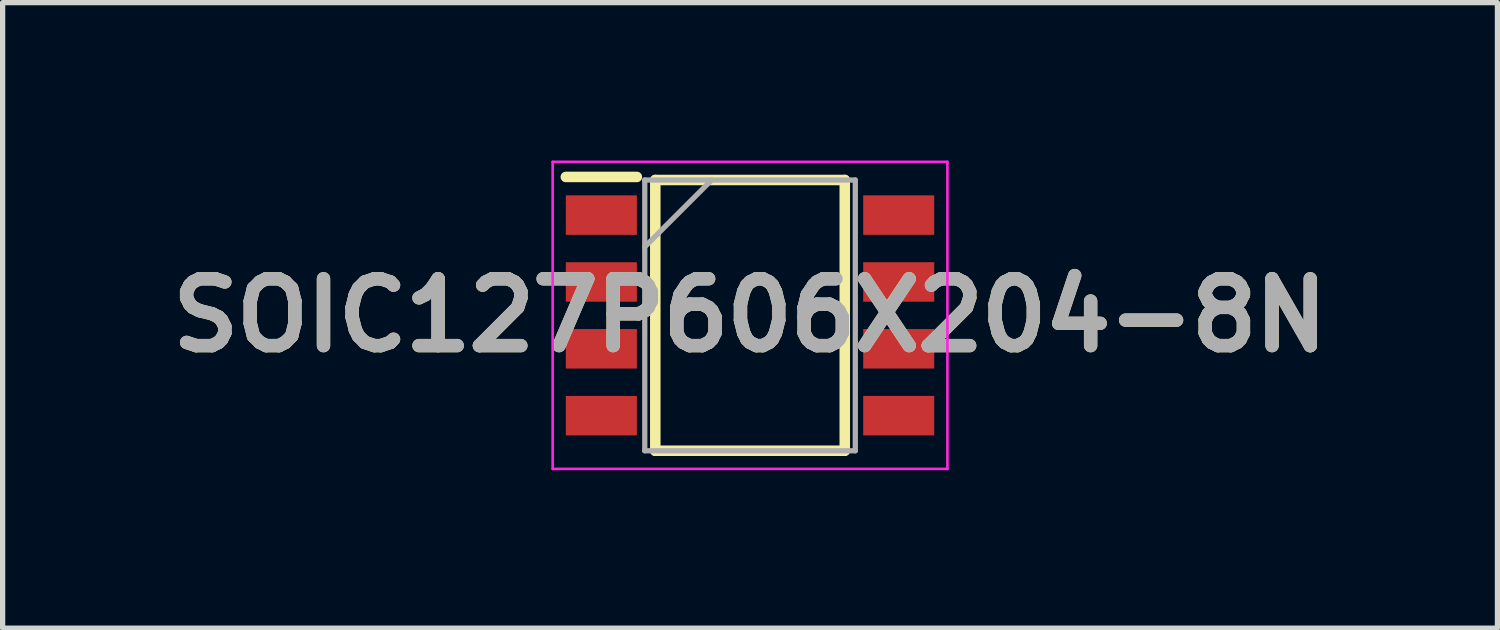
<source format=kicad_pcb>
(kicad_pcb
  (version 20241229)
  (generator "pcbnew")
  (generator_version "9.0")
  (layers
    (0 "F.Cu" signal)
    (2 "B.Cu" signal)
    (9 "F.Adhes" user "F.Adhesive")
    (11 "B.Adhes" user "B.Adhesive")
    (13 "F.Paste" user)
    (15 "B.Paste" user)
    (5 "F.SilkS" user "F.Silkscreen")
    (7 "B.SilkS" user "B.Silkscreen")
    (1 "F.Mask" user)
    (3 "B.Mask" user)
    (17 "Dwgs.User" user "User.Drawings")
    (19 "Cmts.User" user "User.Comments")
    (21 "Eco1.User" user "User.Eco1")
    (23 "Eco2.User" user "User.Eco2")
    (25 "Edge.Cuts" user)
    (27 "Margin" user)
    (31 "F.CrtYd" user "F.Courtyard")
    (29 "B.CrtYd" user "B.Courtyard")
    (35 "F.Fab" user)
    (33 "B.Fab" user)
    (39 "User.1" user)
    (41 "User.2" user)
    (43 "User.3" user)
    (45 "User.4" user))
  (footprint "SOIC127P606X204-8N"
    (layer "F.Cu")
    (at 11.2 2.942)
    (property "Reference" "SOIC127P606X204-8N" (at 0 0 0) (layer "F.SilkS") (effects (font (size 1.27 1.27) (thickness 0.254))))
    (attr smd)
    (fp_line (start -3.5 -2.63) (end -2.15 -2.63) (stroke (width 0.2) (type solid)) (layer "F.SilkS"))
    (fp_line (start -1.8 -2.572) (end 1.8 -2.572) (stroke (width 0.2) (type solid)) (layer "F.SilkS"))
    (fp_line (start -1.8 2.572) (end -1.8 -2.572) (stroke (width 0.2) (type solid)) (layer "F.SilkS"))
    (fp_line (start 1.8 -2.572) (end 1.8 2.572) (stroke (width 0.2) (type solid)) (layer "F.SilkS"))
    (fp_line (start 1.8 2.572) (end -1.8 2.572) (stroke (width 0.2) (type solid)) (layer "F.SilkS"))
    (fp_line (start -3.75 -2.917) (end 3.75 -2.917) (stroke (width 0.05) (type solid)) (layer "F.CrtYd"))
    (fp_line (start -3.75 2.917) (end -3.75 -2.917) (stroke (width 0.05) (type solid)) (layer "F.CrtYd"))
    (fp_line (start 3.75 -2.917) (end 3.75 2.917) (stroke (width 0.05) (type solid)) (layer "F.CrtYd"))
    (fp_line (start 3.75 2.917) (end -3.75 2.917) (stroke (width 0.05) (type solid)) (layer "F.CrtYd"))
    (fp_line (start -2 -2.572) (end 2 -2.572) (stroke (width 0.1) (type solid)) (layer "F.Fab"))
    (fp_line (start -2 -1.302) (end -0.73 -2.572) (stroke (width 0.1) (type solid)) (layer "F.Fab"))
    (fp_line (start -2 2.572) (end -2 -2.572) (stroke (width 0.1) (type solid)) (layer "F.Fab"))
    (fp_line (start 2 -2.572) (end 2 2.572) (stroke (width 0.1) (type solid)) (layer "F.Fab"))
    (fp_line (start 2 2.572) (end -2 2.572) (stroke (width 0.1) (type solid)) (layer "F.Fab"))
    (fp_text user "${REFERENCE}" (at 0 0 0) (layer "F.Fab") (effects (font (size 1.27 1.27) (thickness 0.254))))
    (pad "1" smd rect (at -2.825 -1.905 90) (size 0.75 1.35) (layers "F.Cu" "F.Mask" "F.Paste"))
    (pad "2" smd rect (at -2.825 -0.635 90) (size 0.75 1.35) (layers "F.Cu" "F.Mask" "F.Paste"))
    (pad "3" smd rect (at -2.825 0.635 90) (size 0.75 1.35) (layers "F.Cu" "F.Mask" "F.Paste"))
    (pad "4" smd rect (at -2.825 1.905 90) (size 0.75 1.35) (layers "F.Cu" "F.Mask" "F.Paste"))
    (pad "5" smd rect (at 2.825 1.905 90) (size 0.75 1.35) (layers "F.Cu" "F.Mask" "F.Paste"))
    (pad "6" smd rect (at 2.825 0.635 90) (size 0.75 1.35) (layers "F.Cu" "F.Mask" "F.Paste"))
    (pad "7" smd rect (at 2.825 -0.635 90) (size 0.75 1.35) (layers "F.Cu" "F.Mask" "F.Paste"))
    (pad "8" smd rect (at 2.825 -1.905 90) (size 0.75 1.35) (layers "F.Cu" "F.Mask" "F.Paste")))
  (gr_rect
    (start -3 -3)
    (end 25.4 8.884)
    (stroke (width 0.1) (type default))
    (fill no)
    (layer "Edge.Cuts")))
</source>
